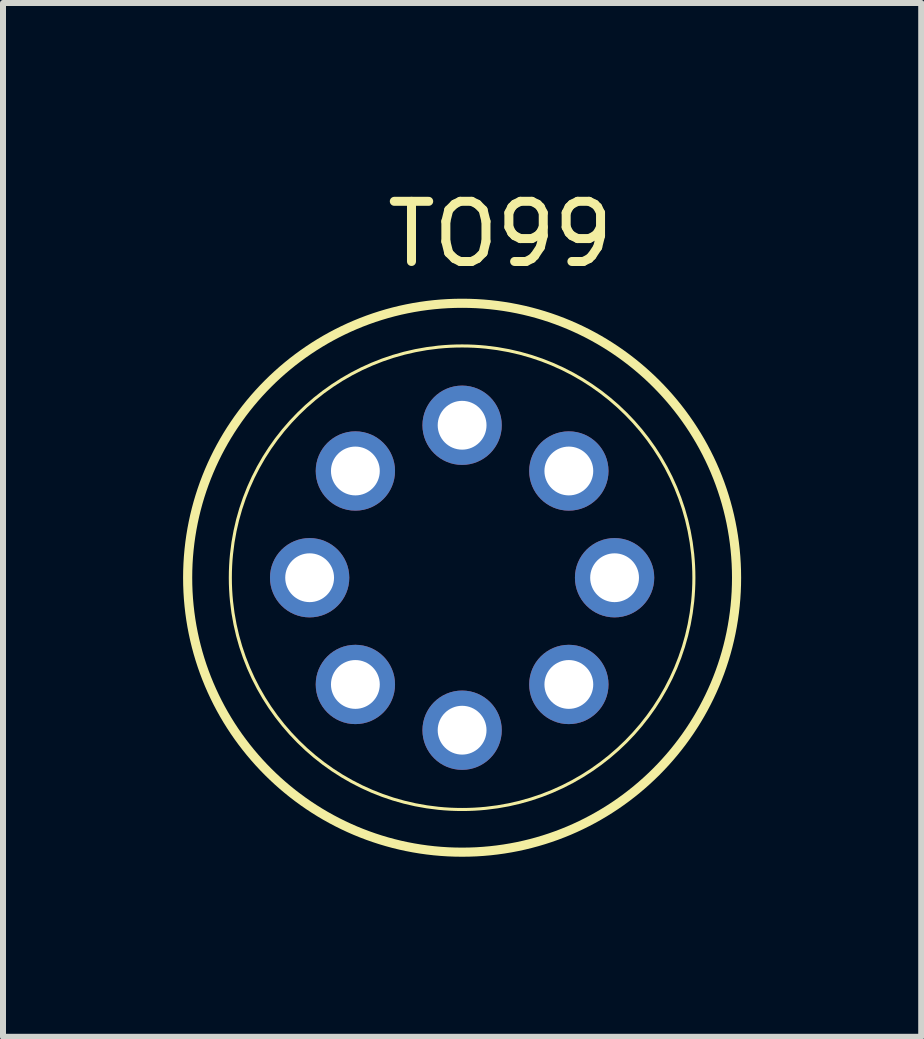
<source format=kicad_pcb>
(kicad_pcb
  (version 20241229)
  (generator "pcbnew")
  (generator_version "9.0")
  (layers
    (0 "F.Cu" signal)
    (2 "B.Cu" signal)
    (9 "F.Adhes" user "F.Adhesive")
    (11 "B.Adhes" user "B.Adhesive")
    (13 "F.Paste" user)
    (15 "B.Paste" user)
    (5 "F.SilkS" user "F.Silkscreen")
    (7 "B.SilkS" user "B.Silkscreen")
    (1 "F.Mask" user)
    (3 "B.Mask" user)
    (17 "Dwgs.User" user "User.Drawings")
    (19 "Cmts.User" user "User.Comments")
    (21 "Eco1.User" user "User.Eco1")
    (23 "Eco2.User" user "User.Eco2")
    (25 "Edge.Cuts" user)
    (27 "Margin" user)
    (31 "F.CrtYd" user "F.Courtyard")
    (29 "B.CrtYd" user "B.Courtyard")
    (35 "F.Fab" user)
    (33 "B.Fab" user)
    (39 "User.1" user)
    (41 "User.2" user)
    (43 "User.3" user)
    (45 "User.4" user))
  (footprint "TO99"
    (layer "F.Cu")
    (at 4.648 6.574)
    (property "Reference" "TO99" (at 0.636 -5.724 0) (layer "F.SilkS") (effects (font (size 1.002 1.002) (thickness 0.15))))
    (attr through_hole)
    (fp_circle (center 0 0) (end 3.861 0) (stroke (width 0.051) (type solid)) (fill no) (layer "F.SilkS"))
    (fp_circle (center 0 0) (end 4.572 0) (stroke (width 0.152) (type solid)) (fill no) (layer "F.SilkS"))
    (pad "1" thru_hole circle (at -1.778 1.778) (size 1.321 1.321) (drill 0.813) (layers "*.Cu" "*.Mask"))
    (pad "2" thru_hole circle (at 0 2.54) (size 1.321 1.321) (drill 0.813) (layers "*.Cu" "*.Mask"))
    (pad "3" thru_hole circle (at 1.778 1.778) (size 1.321 1.321) (drill 0.813) (layers "*.Cu" "*.Mask"))
    (pad "4" thru_hole circle (at 2.54 0) (size 1.321 1.321) (drill 0.813) (layers "*.Cu" "*.Mask"))
    (pad "5" thru_hole circle (at 1.778 -1.778) (size 1.321 1.321) (drill 0.813) (layers "*.Cu" "*.Mask"))
    (pad "6" thru_hole circle (at 0 -2.54) (size 1.321 1.321) (drill 0.813) (layers "*.Cu" "*.Mask"))
    (pad "7" thru_hole circle (at -1.778 -1.778) (size 1.321 1.321) (drill 0.813) (layers "*.Cu" "*.Mask"))
    (pad "8" thru_hole circle (at -2.54 0) (size 1.321 1.321) (drill 0.813) (layers "*.Cu" "*.Mask")))
  (gr_rect
    (start -3 -3)
    (end 12.296 14.222)
    (stroke (width 0.1) (type default))
    (fill no)
    (layer "Edge.Cuts")))
</source>
